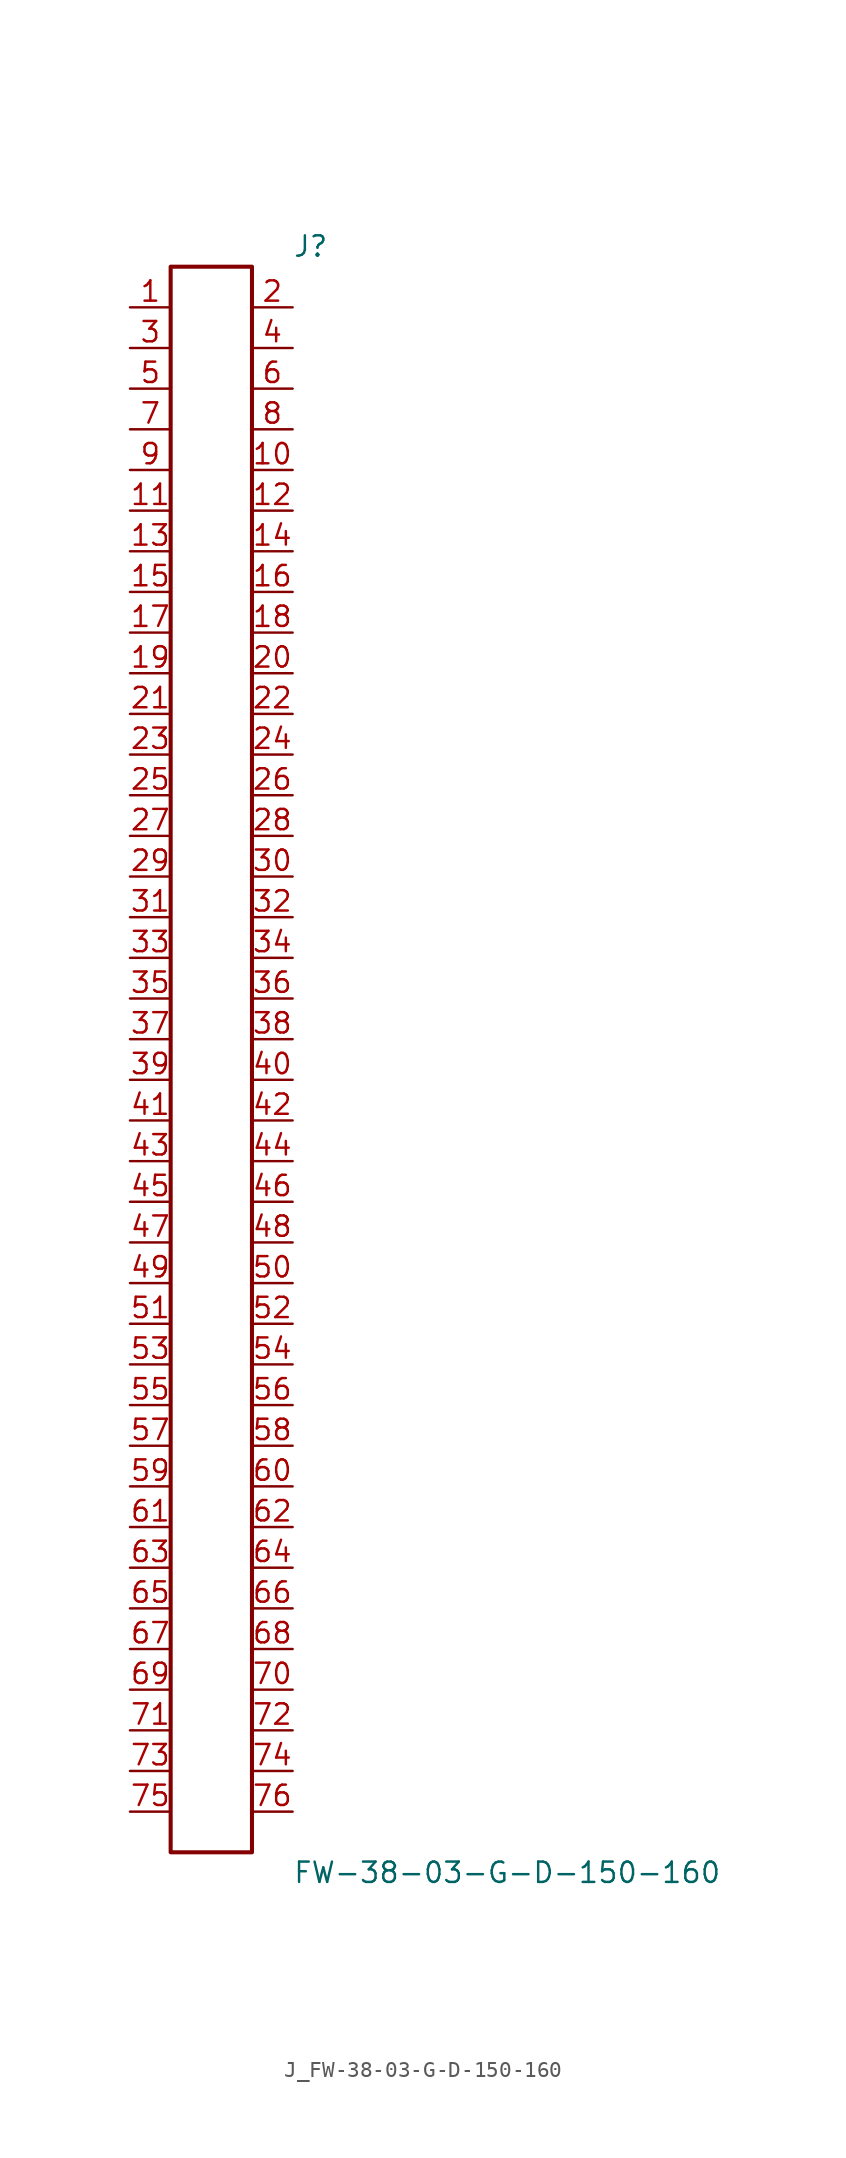
<source format=kicad_sym>
(kicad_symbol_lib
  (version 20231120)
  (generator kicad_symbol_editor)
  (generator_version 8.0)
  (symbol "J_FW-38-03-G-D-150-160"
    (pin_names
      (offset 0.254))
    (property "Reference" "J"
      (at 5.08 50.8 0)
      (effects (font (size 1.27 1.27)) (justify left)))
    (property "Value" "FW-38-03-G-D-150-160"
      (at 5.08 -50.8 0)
      (effects (font (size 1.27 1.27)) (justify left)))
    (symbol "J_FW-38-03-G-D-150-160_0_0"
      (pin passive line (at -5.08 46.99 0) (length 2.54) (name "" (effects (font (size 1.27 1.27)))) (number "1" (effects (font (size 1.27 1.27)))))
      (pin passive line (at 5.08 46.99 180) (length 2.54) (name "" (effects (font (size 1.27 1.27)))) (number "2" (effects (font (size 1.27 1.27)))))
      (pin passive line (at -5.08 44.45 0) (length 2.54) (name "" (effects (font (size 1.27 1.27)))) (number "3" (effects (font (size 1.27 1.27)))))
      (pin passive line (at 5.08 44.45 180) (length 2.54) (name "" (effects (font (size 1.27 1.27)))) (number "4" (effects (font (size 1.27 1.27)))))
      (pin passive line (at -5.08 41.91 0) (length 2.54) (name "" (effects (font (size 1.27 1.27)))) (number "5" (effects (font (size 1.27 1.27)))))
      (pin passive line (at 5.08 41.91 180) (length 2.54) (name "" (effects (font (size 1.27 1.27)))) (number "6" (effects (font (size 1.27 1.27)))))
      (pin passive line (at -5.08 39.37 0) (length 2.54) (name "" (effects (font (size 1.27 1.27)))) (number "7" (effects (font (size 1.27 1.27)))))
      (pin passive line (at 5.08 39.37 180) (length 2.54) (name "" (effects (font (size 1.27 1.27)))) (number "8" (effects (font (size 1.27 1.27)))))
      (pin passive line (at -5.08 36.83 0) (length 2.54) (name "" (effects (font (size 1.27 1.27)))) (number "9" (effects (font (size 1.27 1.27)))))
      (pin passive line (at 5.08 36.83 180) (length 2.54) (name "" (effects (font (size 1.27 1.27)))) (number "10" (effects (font (size 1.27 1.27)))))
      (pin passive line (at -5.08 34.29 0) (length 2.54) (name "" (effects (font (size 1.27 1.27)))) (number "11" (effects (font (size 1.27 1.27)))))
      (pin passive line (at 5.08 34.29 180) (length 2.54) (name "" (effects (font (size 1.27 1.27)))) (number "12" (effects (font (size 1.27 1.27)))))
      (pin passive line (at -5.08 31.75 0) (length 2.54) (name "" (effects (font (size 1.27 1.27)))) (number "13" (effects (font (size 1.27 1.27)))))
      (pin passive line (at 5.08 31.75 180) (length 2.54) (name "" (effects (font (size 1.27 1.27)))) (number "14" (effects (font (size 1.27 1.27)))))
      (pin passive line (at -5.08 29.21 0) (length 2.54) (name "" (effects (font (size 1.27 1.27)))) (number "15" (effects (font (size 1.27 1.27)))))
      (pin passive line (at 5.08 29.21 180) (length 2.54) (name "" (effects (font (size 1.27 1.27)))) (number "16" (effects (font (size 1.27 1.27)))))
      (pin passive line (at -5.08 26.67 0) (length 2.54) (name "" (effects (font (size 1.27 1.27)))) (number "17" (effects (font (size 1.27 1.27)))))
      (pin passive line (at 5.08 26.67 180) (length 2.54) (name "" (effects (font (size 1.27 1.27)))) (number "18" (effects (font (size 1.27 1.27)))))
      (pin passive line (at -5.08 24.13 0) (length 2.54) (name "" (effects (font (size 1.27 1.27)))) (number "19" (effects (font (size 1.27 1.27)))))
      (pin passive line (at 5.08 24.13 180) (length 2.54) (name "" (effects (font (size 1.27 1.27)))) (number "20" (effects (font (size 1.27 1.27)))))
      (pin passive line (at -5.08 21.59 0) (length 2.54) (name "" (effects (font (size 1.27 1.27)))) (number "21" (effects (font (size 1.27 1.27)))))
      (pin passive line (at 5.08 21.59 180) (length 2.54) (name "" (effects (font (size 1.27 1.27)))) (number "22" (effects (font (size 1.27 1.27)))))
      (pin passive line (at -5.08 19.05 0) (length 2.54) (name "" (effects (font (size 1.27 1.27)))) (number "23" (effects (font (size 1.27 1.27)))))
      (pin passive line (at 5.08 19.05 180) (length 2.54) (name "" (effects (font (size 1.27 1.27)))) (number "24" (effects (font (size 1.27 1.27)))))
      (pin passive line (at -5.08 16.51 0) (length 2.54) (name "" (effects (font (size 1.27 1.27)))) (number "25" (effects (font (size 1.27 1.27)))))
      (pin passive line (at 5.08 16.51 180) (length 2.54) (name "" (effects (font (size 1.27 1.27)))) (number "26" (effects (font (size 1.27 1.27)))))
      (pin passive line (at -5.08 13.97 0) (length 2.54) (name "" (effects (font (size 1.27 1.27)))) (number "27" (effects (font (size 1.27 1.27)))))
      (pin passive line (at 5.08 13.97 180) (length 2.54) (name "" (effects (font (size 1.27 1.27)))) (number "28" (effects (font (size 1.27 1.27)))))
      (pin passive line (at -5.08 11.43 0) (length 2.54) (name "" (effects (font (size 1.27 1.27)))) (number "29" (effects (font (size 1.27 1.27)))))
      (pin passive line (at 5.08 11.43 180) (length 2.54) (name "" (effects (font (size 1.27 1.27)))) (number "30" (effects (font (size 1.27 1.27)))))
      (pin passive line (at -5.08 8.89 0) (length 2.54) (name "" (effects (font (size 1.27 1.27)))) (number "31" (effects (font (size 1.27 1.27)))))
      (pin passive line (at 5.08 8.89 180) (length 2.54) (name "" (effects (font (size 1.27 1.27)))) (number "32" (effects (font (size 1.27 1.27)))))
      (pin passive line (at -5.08 6.35 0) (length 2.54) (name "" (effects (font (size 1.27 1.27)))) (number "33" (effects (font (size 1.27 1.27)))))
      (pin passive line (at 5.08 6.35 180) (length 2.54) (name "" (effects (font (size 1.27 1.27)))) (number "34" (effects (font (size 1.27 1.27)))))
      (pin passive line (at -5.08 3.81 0) (length 2.54) (name "" (effects (font (size 1.27 1.27)))) (number "35" (effects (font (size 1.27 1.27)))))
      (pin passive line (at 5.08 3.81 180) (length 2.54) (name "" (effects (font (size 1.27 1.27)))) (number "36" (effects (font (size 1.27 1.27)))))
      (pin passive line (at -5.08 1.27 0) (length 2.54) (name "" (effects (font (size 1.27 1.27)))) (number "37" (effects (font (size 1.27 1.27)))))
      (pin passive line (at 5.08 1.27 180) (length 2.54) (name "" (effects (font (size 1.27 1.27)))) (number "38" (effects (font (size 1.27 1.27)))))
      (pin passive line (at -5.08 -1.27 0) (length 2.54) (name "" (effects (font (size 1.27 1.27)))) (number "39" (effects (font (size 1.27 1.27)))))
      (pin passive line (at 5.08 -1.27 180) (length 2.54) (name "" (effects (font (size 1.27 1.27)))) (number "40" (effects (font (size 1.27 1.27)))))
      (pin passive line (at -5.08 -3.81 0) (length 2.54) (name "" (effects (font (size 1.27 1.27)))) (number "41" (effects (font (size 1.27 1.27)))))
      (pin passive line (at 5.08 -3.81 180) (length 2.54) (name "" (effects (font (size 1.27 1.27)))) (number "42" (effects (font (size 1.27 1.27)))))
      (pin passive line (at -5.08 -6.35 0) (length 2.54) (name "" (effects (font (size 1.27 1.27)))) (number "43" (effects (font (size 1.27 1.27)))))
      (pin passive line (at 5.08 -6.35 180) (length 2.54) (name "" (effects (font (size 1.27 1.27)))) (number "44" (effects (font (size 1.27 1.27)))))
      (pin passive line (at -5.08 -8.89 0) (length 2.54) (name "" (effects (font (size 1.27 1.27)))) (number "45" (effects (font (size 1.27 1.27)))))
      (pin passive line (at 5.08 -8.89 180) (length 2.54) (name "" (effects (font (size 1.27 1.27)))) (number "46" (effects (font (size 1.27 1.27)))))
      (pin passive line (at -5.08 -11.43 0) (length 2.54) (name "" (effects (font (size 1.27 1.27)))) (number "47" (effects (font (size 1.27 1.27)))))
      (pin passive line (at 5.08 -11.43 180) (length 2.54) (name "" (effects (font (size 1.27 1.27)))) (number "48" (effects (font (size 1.27 1.27)))))
      (pin passive line (at -5.08 -13.97 0) (length 2.54) (name "" (effects (font (size 1.27 1.27)))) (number "49" (effects (font (size 1.27 1.27)))))
      (pin passive line (at 5.08 -13.97 180) (length 2.54) (name "" (effects (font (size 1.27 1.27)))) (number "50" (effects (font (size 1.27 1.27)))))
      (pin passive line (at -5.08 -16.51 0) (length 2.54) (name "" (effects (font (size 1.27 1.27)))) (number "51" (effects (font (size 1.27 1.27)))))
      (pin passive line (at 5.08 -16.51 180) (length 2.54) (name "" (effects (font (size 1.27 1.27)))) (number "52" (effects (font (size 1.27 1.27)))))
      (pin passive line (at -5.08 -19.05 0) (length 2.54) (name "" (effects (font (size 1.27 1.27)))) (number "53" (effects (font (size 1.27 1.27)))))
      (pin passive line (at 5.08 -19.05 180) (length 2.54) (name "" (effects (font (size 1.27 1.27)))) (number "54" (effects (font (size 1.27 1.27)))))
      (pin passive line (at -5.08 -21.59 0) (length 2.54) (name "" (effects (font (size 1.27 1.27)))) (number "55" (effects (font (size 1.27 1.27)))))
      (pin passive line (at 5.08 -21.59 180) (length 2.54) (name "" (effects (font (size 1.27 1.27)))) (number "56" (effects (font (size 1.27 1.27)))))
      (pin passive line (at -5.08 -24.13 0) (length 2.54) (name "" (effects (font (size 1.27 1.27)))) (number "57" (effects (font (size 1.27 1.27)))))
      (pin passive line (at 5.08 -24.13 180) (length 2.54) (name "" (effects (font (size 1.27 1.27)))) (number "58" (effects (font (size 1.27 1.27)))))
      (pin passive line (at -5.08 -26.67 0) (length 2.54) (name "" (effects (font (size 1.27 1.27)))) (number "59" (effects (font (size 1.27 1.27)))))
      (pin passive line (at 5.08 -26.67 180) (length 2.54) (name "" (effects (font (size 1.27 1.27)))) (number "60" (effects (font (size 1.27 1.27)))))
      (pin passive line (at -5.08 -29.21 0) (length 2.54) (name "" (effects (font (size 1.27 1.27)))) (number "61" (effects (font (size 1.27 1.27)))))
      (pin passive line (at 5.08 -29.21 180) (length 2.54) (name "" (effects (font (size 1.27 1.27)))) (number "62" (effects (font (size 1.27 1.27)))))
      (pin passive line (at -5.08 -31.75 0) (length 2.54) (name "" (effects (font (size 1.27 1.27)))) (number "63" (effects (font (size 1.27 1.27)))))
      (pin passive line (at 5.08 -31.75 180) (length 2.54) (name "" (effects (font (size 1.27 1.27)))) (number "64" (effects (font (size 1.27 1.27)))))
      (pin passive line (at -5.08 -34.29 0) (length 2.54) (name "" (effects (font (size 1.27 1.27)))) (number "65" (effects (font (size 1.27 1.27)))))
      (pin passive line (at 5.08 -34.29 180) (length 2.54) (name "" (effects (font (size 1.27 1.27)))) (number "66" (effects (font (size 1.27 1.27)))))
      (pin passive line (at -5.08 -36.83 0) (length 2.54) (name "" (effects (font (size 1.27 1.27)))) (number "67" (effects (font (size 1.27 1.27)))))
      (pin passive line (at 5.08 -36.83 180) (length 2.54) (name "" (effects (font (size 1.27 1.27)))) (number "68" (effects (font (size 1.27 1.27)))))
      (pin passive line (at -5.08 -39.37 0) (length 2.54) (name "" (effects (font (size 1.27 1.27)))) (number "69" (effects (font (size 1.27 1.27)))))
      (pin passive line (at 5.08 -39.37 180) (length 2.54) (name "" (effects (font (size 1.27 1.27)))) (number "70" (effects (font (size 1.27 1.27)))))
      (pin passive line (at -5.08 -41.91 0) (length 2.54) (name "" (effects (font (size 1.27 1.27)))) (number "71" (effects (font (size 1.27 1.27)))))
      (pin passive line (at 5.08 -41.91 180) (length 2.54) (name "" (effects (font (size 1.27 1.27)))) (number "72" (effects (font (size 1.27 1.27)))))
      (pin passive line (at -5.08 -44.45 0) (length 2.54) (name "" (effects (font (size 1.27 1.27)))) (number "73" (effects (font (size 1.27 1.27)))))
      (pin passive line (at 5.08 -44.45 180) (length 2.54) (name "" (effects (font (size 1.27 1.27)))) (number "74" (effects (font (size 1.27 1.27)))))
      (pin passive line (at -5.08 -46.99 0) (length 2.54) (name "" (effects (font (size 1.27 1.27)))) (number "75" (effects (font (size 1.27 1.27)))))
      (pin passive line (at 5.08 -46.99 180) (length 2.54) (name "" (effects (font (size 1.27 1.27)))) (number "76" (effects (font (size 1.27 1.27))))))
    (symbol "J_FW-38-03-G-D-150-160_1_0"
      (rectangle (start -2.54 49.53) (end 2.54 -49.53) (stroke (width 0.254) (type solid)) (fill (type none))))))
</source>
